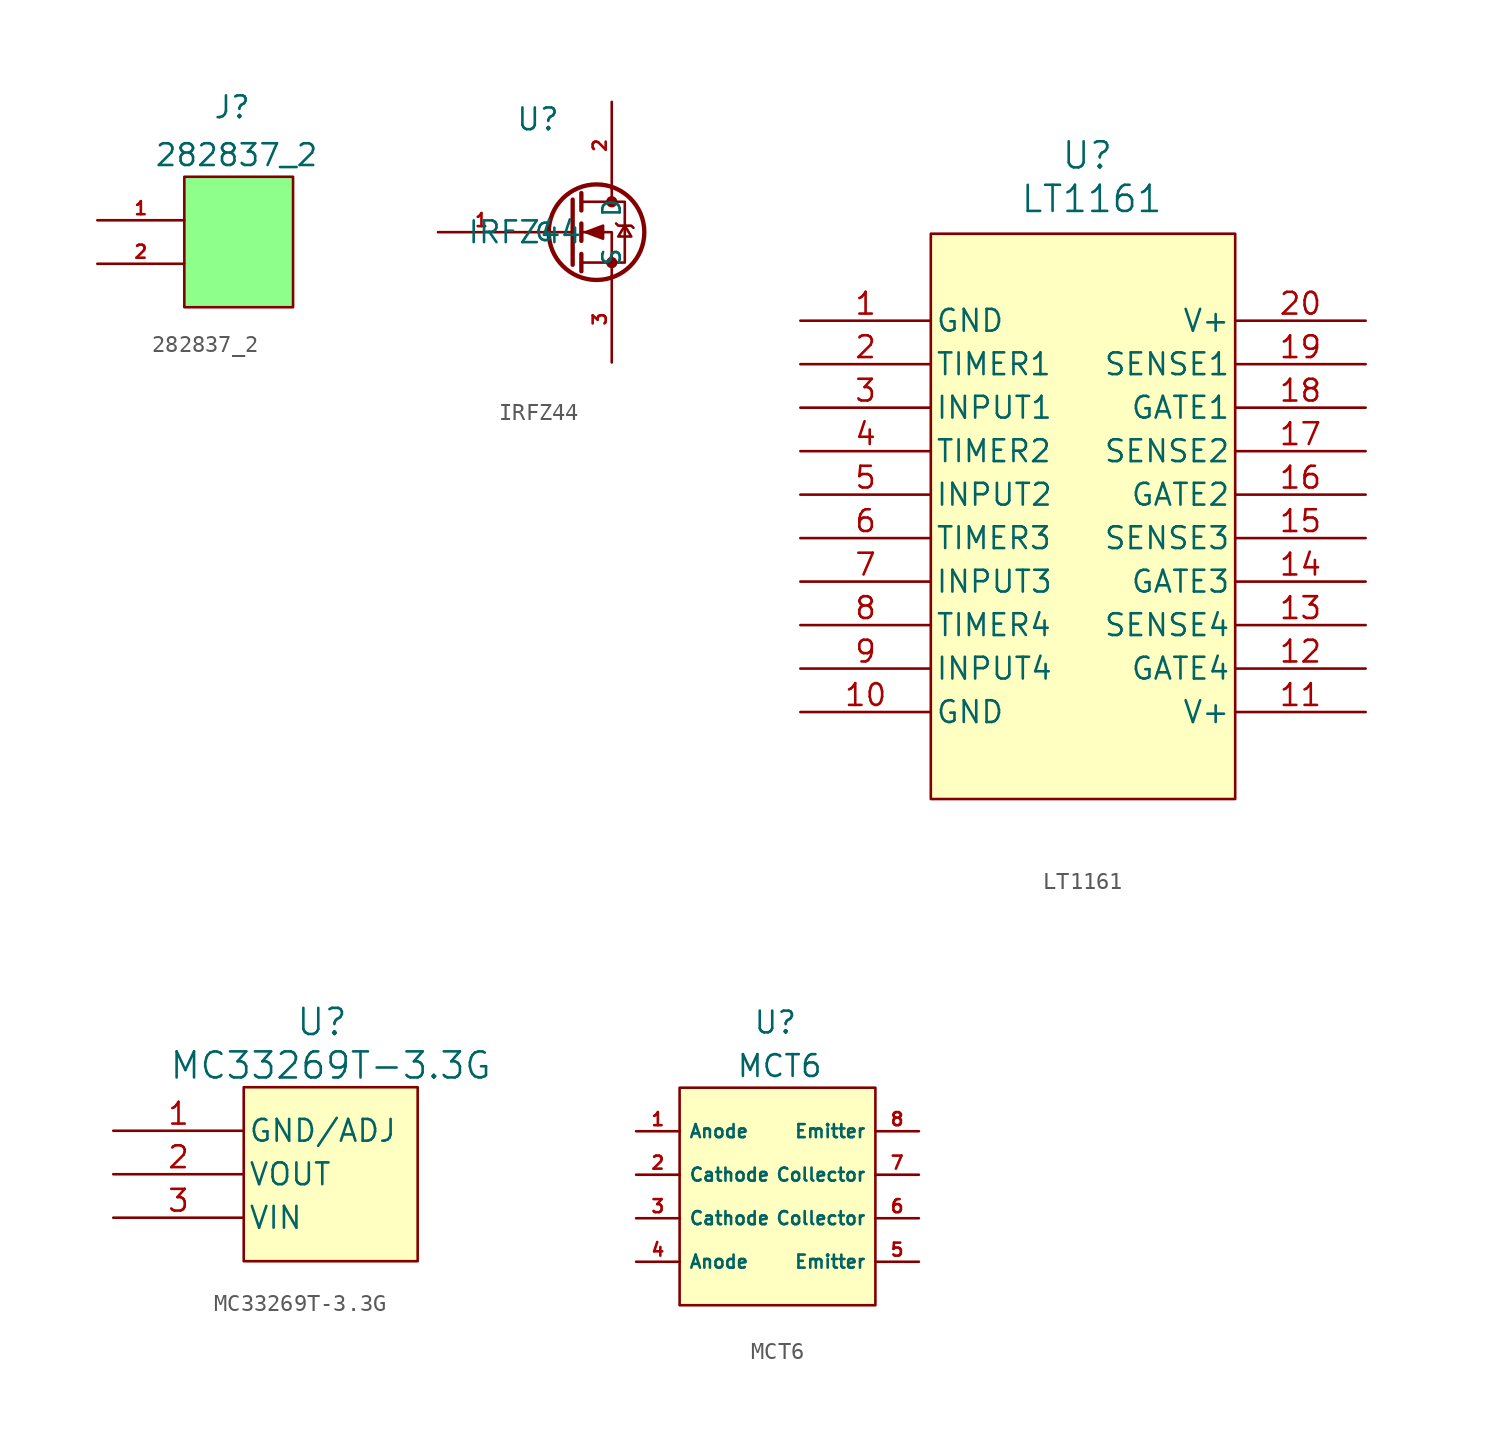
<source format=kicad_sym>
(kicad_symbol_lib
  (version 20241209)
  (generator "kicad_symbol_editor")
  (generator_version "9.0")
  (symbol "282837_2"
    (property "Reference" "J"
      (at 7.874 6.604 0)
      (effects (font (size 1.27 1.27))))
    (property "Value" "282837_2"
      (at 8.128 3.81 0)
      (effects (font (size 1.27 1.27))))
    (symbol "282837_2_1_1"
      (rectangle (start 5.08 2.54) (end 11.43 -5.08) (stroke (width 0) (type solid)) (fill (type color) (color 143 255 140 1)))
      (pin unspecified line (at 0 0 0) (length 5.08) (name "" (effects (font (size 1.016 1.016)))) (number "1" (effects (font (size 0.762 0.762)))))
      (pin unspecified line (at 0 -2.54 0) (length 5.08) (name "" (effects (font (size 1.016 1.016)))) (number "2" (effects (font (size 0.762 0.762)))))))
  (symbol "IRFZ44"
    (property "Reference" "U"
      (at 0.762 6.604 0)
      (effects (font (size 1.27 1.27))))
    (property "Value" "IRFZ44"
      (at 0 0 0)
      (effects (font (size 1.27 1.27))))
    (symbol "IRFZ44_0_1"
      (polyline (pts (xy 2.794 1.905) (xy 2.794 -1.905)) (stroke (width 0.254) (type default)) (fill (type none)))
      (polyline (pts (xy 2.794 0) (xy 0 0)) (stroke (width 0) (type default)) (fill (type none)))
      (polyline (pts (xy 3.302 2.286) (xy 3.302 1.27)) (stroke (width 0.254) (type default)) (fill (type none)))
      (polyline (pts (xy 3.302 0.508) (xy 3.302 -0.508)) (stroke (width 0.254) (type default)) (fill (type none)))
      (polyline (pts (xy 3.302 -1.27) (xy 3.302 -2.286)) (stroke (width 0.254) (type default)) (fill (type none)))
      (polyline (pts (xy 3.302 -1.778) (xy 5.842 -1.778) (xy 5.842 1.778) (xy 3.302 1.778)) (stroke (width 0) (type default)) (fill (type none)))
      (polyline (pts (xy 3.556 0) (xy 4.572 0.381) (xy 4.572 -0.381) (xy 3.556 0)) (stroke (width 0) (type default)) (fill (type outline)))
      (circle (center 4.191 0) (radius 2.794) (stroke (width 0.254) (type default)) (fill (type none)))
      (polyline (pts (xy 5.08 2.54) (xy 5.08 1.778)) (stroke (width 0) (type default)) (fill (type none)))
      (circle (center 5.08 1.778) (radius 0.254) (stroke (width 0) (type default)) (fill (type outline)))
      (circle (center 5.08 -1.778) (radius 0.254) (stroke (width 0) (type default)) (fill (type outline)))
      (polyline (pts (xy 5.08 -2.54) (xy 5.08 0) (xy 3.302 0)) (stroke (width 0) (type default)) (fill (type none)))
      (polyline (pts (xy 5.334 0.508) (xy 5.461 0.381) (xy 6.223 0.381) (xy 6.35 0.254)) (stroke (width 0) (type default)) (fill (type none)))
      (polyline (pts (xy 5.842 0.381) (xy 5.461 -0.254) (xy 6.223 -0.254) (xy 5.842 0.381)) (stroke (width 0) (type default)) (fill (type none))))
    (symbol "IRFZ44_1_1"
      (pin input line (at -5.08 0 0) (length 5.08) (name "G" (effects (font (size 1.016 1.016)))) (number "1" (effects (font (size 0.762 0.762)))))
      (pin unspecified line (at 5.08 7.62 270) (length 5.08) (name "D" (effects (font (size 1.016 1.016)))) (number "2" (effects (font (size 0.762 0.762)))))
      (pin unspecified line (at 5.08 -7.62 90) (length 5.08) (name "S" (effects (font (size 1.016 1.016)))) (number "3" (effects (font (size 0.762 0.762)))))))
  (symbol "LT1161"
    (pin_names
      (offset 0.254))
    (property "Reference" "U"
      (at 16.764 9.652 0)
      (effects (font (size 1.524 1.524))))
    (property "Value" "LT1161"
      (at 17.018 7.112 0)
      (effects (font (size 1.524 1.524))))
    (symbol "LT1161_0_1"
      (pin power_in line (at 0 0 0) (length 7.62) (name "GND" (effects (font (size 1.27 1.27)))) (number "1" (effects (font (size 1.27 1.27)))))
      (pin unspecified line (at 0 -2.54 0) (length 7.62) (name "TIMER1" (effects (font (size 1.27 1.27)))) (number "2" (effects (font (size 1.27 1.27)))))
      (pin input line (at 0 -5.08 0) (length 7.62) (name "INPUT1" (effects (font (size 1.27 1.27)))) (number "3" (effects (font (size 1.27 1.27)))))
      (pin unspecified line (at 0 -7.62 0) (length 7.62) (name "TIMER2" (effects (font (size 1.27 1.27)))) (number "4" (effects (font (size 1.27 1.27)))))
      (pin input line (at 0 -10.16 0) (length 7.62) (name "INPUT2" (effects (font (size 1.27 1.27)))) (number "5" (effects (font (size 1.27 1.27)))))
      (pin unspecified line (at 0 -12.7 0) (length 7.62) (name "TIMER3" (effects (font (size 1.27 1.27)))) (number "6" (effects (font (size 1.27 1.27)))))
      (pin input line (at 0 -15.24 0) (length 7.62) (name "INPUT3" (effects (font (size 1.27 1.27)))) (number "7" (effects (font (size 1.27 1.27)))))
      (pin unspecified line (at 0 -17.78 0) (length 7.62) (name "TIMER4" (effects (font (size 1.27 1.27)))) (number "8" (effects (font (size 1.27 1.27)))))
      (pin input line (at 0 -20.32 0) (length 7.62) (name "INPUT4" (effects (font (size 1.27 1.27)))) (number "9" (effects (font (size 1.27 1.27)))))
      (pin power_in line (at 0 -22.86 0) (length 7.62) (name "GND" (effects (font (size 1.27 1.27)))) (number "10" (effects (font (size 1.27 1.27)))))
      (pin power_in line (at 33.02 0 180) (length 7.62) (name "V+" (effects (font (size 1.27 1.27)))) (number "20" (effects (font (size 1.27 1.27)))))
      (pin unspecified line (at 33.02 -2.54 180) (length 7.62) (name "SENSE1" (effects (font (size 1.27 1.27)))) (number "19" (effects (font (size 1.27 1.27)))))
      (pin unspecified line (at 33.02 -5.08 180) (length 7.62) (name "GATE1" (effects (font (size 1.27 1.27)))) (number "18" (effects (font (size 1.27 1.27)))))
      (pin unspecified line (at 33.02 -7.62 180) (length 7.62) (name "SENSE2" (effects (font (size 1.27 1.27)))) (number "17" (effects (font (size 1.27 1.27)))))
      (pin unspecified line (at 33.02 -10.16 180) (length 7.62) (name "GATE2" (effects (font (size 1.27 1.27)))) (number "16" (effects (font (size 1.27 1.27)))))
      (pin unspecified line (at 33.02 -12.7 180) (length 7.62) (name "SENSE3" (effects (font (size 1.27 1.27)))) (number "15" (effects (font (size 1.27 1.27)))))
      (pin unspecified line (at 33.02 -15.24 180) (length 7.62) (name "GATE3" (effects (font (size 1.27 1.27)))) (number "14" (effects (font (size 1.27 1.27)))))
      (pin unspecified line (at 33.02 -17.78 180) (length 7.62) (name "SENSE4" (effects (font (size 1.27 1.27)))) (number "13" (effects (font (size 1.27 1.27)))))
      (pin unspecified line (at 33.02 -20.32 180) (length 7.62) (name "GATE4" (effects (font (size 1.27 1.27)))) (number "12" (effects (font (size 1.27 1.27)))))
      (pin power_in line (at 33.02 -22.86 180) (length 7.62) (name "V+" (effects (font (size 1.27 1.27)))) (number "11" (effects (font (size 1.27 1.27))))))
    (symbol "LT1161_1_1"
      (rectangle (start 7.62 5.08) (end 25.4 -27.94) (stroke (width 0) (type solid)) (fill (type background)))))
  (symbol "MC33269T-3.3G"
    (pin_names
      (offset 0.254))
    (property "Reference" "U"
      (at 12.192 6.35 0)
      (effects (font (size 1.524 1.524))))
    (property "Value" "MC33269T-3.3G"
      (at 12.7 3.81 0)
      (effects (font (size 1.524 1.524))))
    (symbol "MC33269T-3.3G_0_1"
      (pin bidirectional line (at 0 0 0) (length 7.62) (name "GND/ADJ" (effects (font (size 1.27 1.27)))) (number "1" (effects (font (size 1.27 1.27))))))
    (symbol "MC33269T-3.3G_1_1"
      (rectangle (start 7.62 2.54) (end 17.78 -7.62) (stroke (width 0) (type solid)) (fill (type background)))
      (pin output line (at 0 -2.54 0) (length 7.62) (name "VOUT" (effects (font (size 1.27 1.27)))) (number "2" (effects (font (size 1.27 1.27)))))
      (pin input line (at 0 -5.08 0) (length 7.62) (name "VIN" (effects (font (size 1.27 1.27)))) (number "3" (effects (font (size 1.27 1.27)))))))
  (symbol "MCT6"
    (property "Reference" "U"
      (at 8.128 6.35 0)
      (effects (font (size 1.27 1.27))))
    (property "Value" "MCT6"
      (at 8.382 3.81 0)
      (effects (font (size 1.27 1.27))))
    (symbol "MCT6_1_1"
      (rectangle (start 2.54 2.54) (end 13.97 -10.16) (stroke (width 0) (type solid)) (fill (type background)))
      (pin input line (at 0 0 0) (length 2.54) (name "Anode" (effects (font (size 0.762 0.762)))) (number "1" (effects (font (size 0.762 0.762)))))
      (pin output line (at 0 -2.54 0) (length 2.54) (name "Cathode" (effects (font (size 0.762 0.762)))) (number "2" (effects (font (size 0.762 0.762)))))
      (pin output line (at 0 -5.08 0) (length 2.54) (name "Cathode" (effects (font (size 0.762 0.762)))) (number "3" (effects (font (size 0.762 0.762)))))
      (pin input line (at 0 -7.62 0) (length 2.54) (name "Anode" (effects (font (size 0.762 0.762)))) (number "4" (effects (font (size 0.762 0.762)))))
      (pin open_emitter line (at 16.51 0 180) (length 2.54) (name "Emitter" (effects (font (size 0.762 0.762)))) (number "8" (effects (font (size 0.762 0.762)))))
      (pin open_collector line (at 16.51 -2.54 180) (length 2.54) (name "Collector" (effects (font (size 0.762 0.762)))) (number "7" (effects (font (size 0.762 0.762)))))
      (pin open_collector line (at 16.51 -5.08 180) (length 2.54) (name "Collector" (effects (font (size 0.762 0.762)))) (number "6" (effects (font (size 0.762 0.762)))))
      (pin open_emitter line (at 16.51 -7.62 180) (length 2.54) (name "Emitter" (effects (font (size 0.762 0.762)))) (number "5" (effects (font (size 0.762 0.762))))))))
</source>
